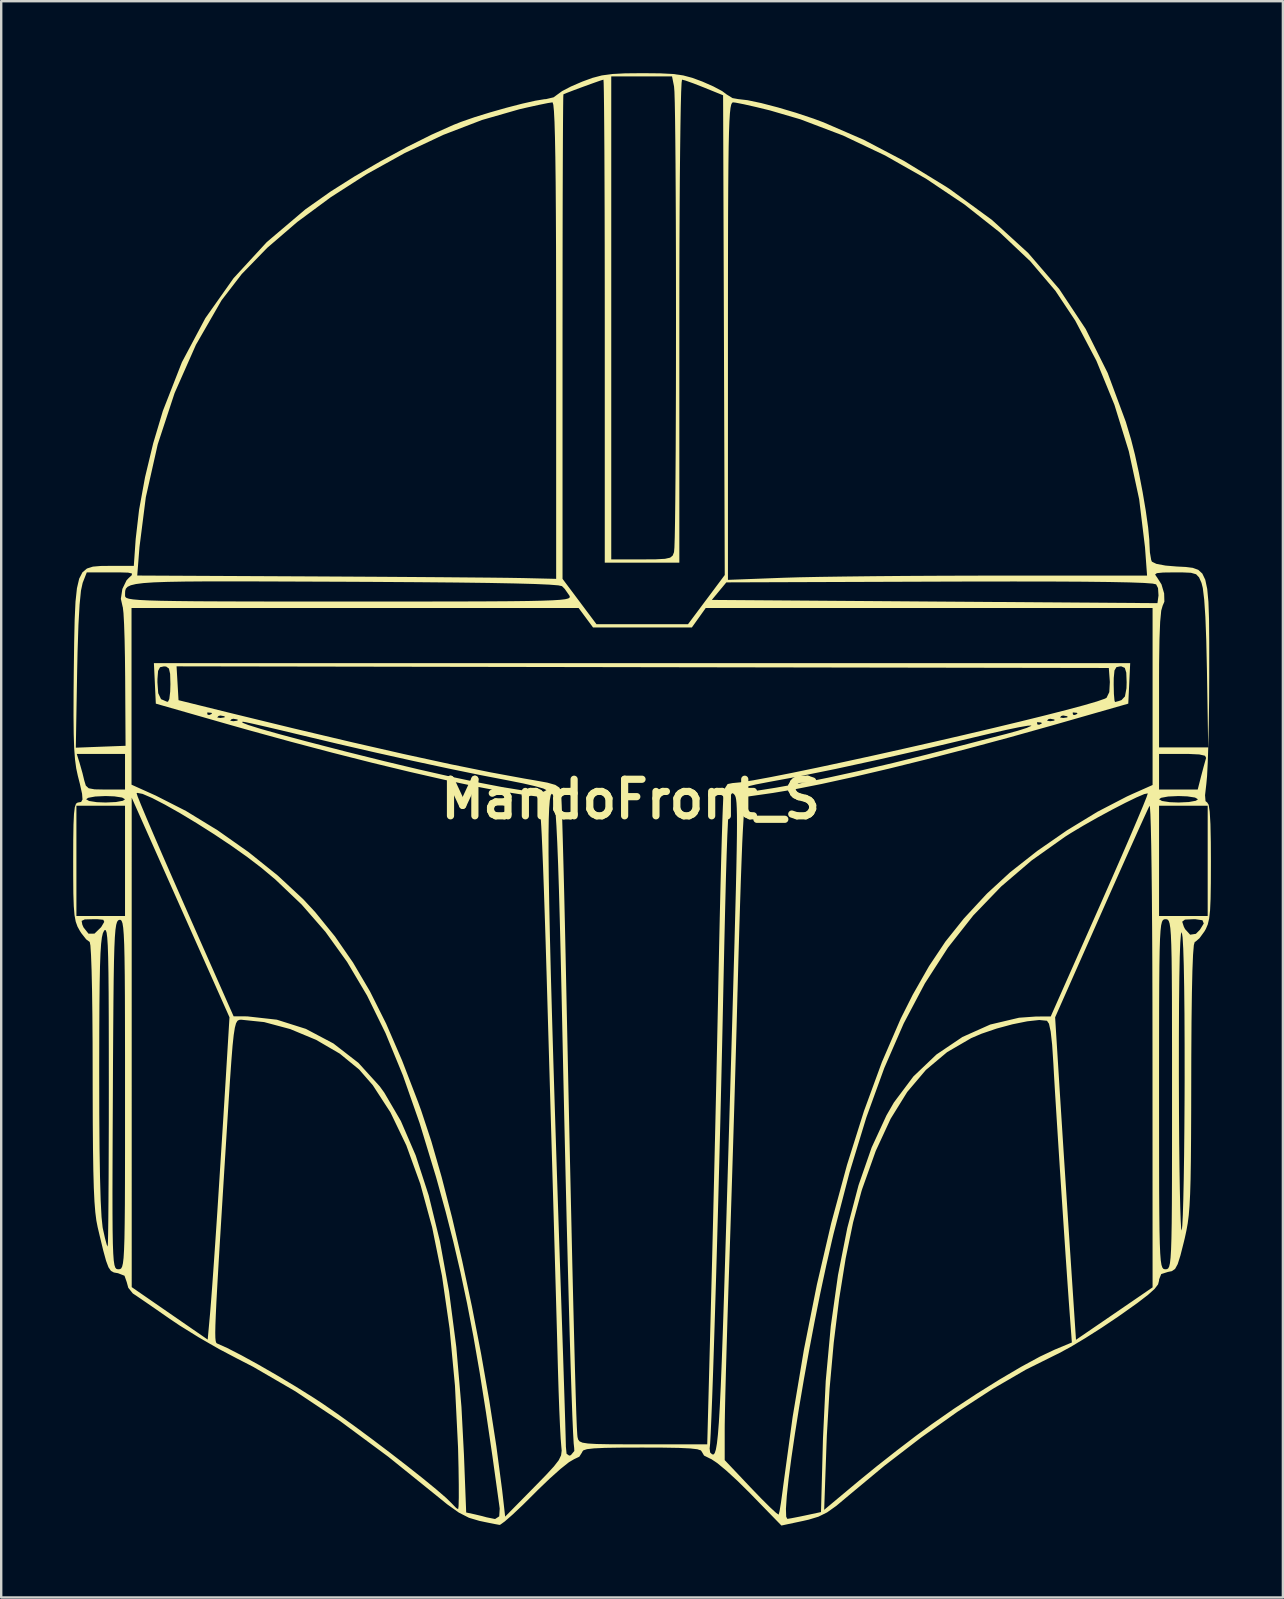
<source format=kicad_pcb>
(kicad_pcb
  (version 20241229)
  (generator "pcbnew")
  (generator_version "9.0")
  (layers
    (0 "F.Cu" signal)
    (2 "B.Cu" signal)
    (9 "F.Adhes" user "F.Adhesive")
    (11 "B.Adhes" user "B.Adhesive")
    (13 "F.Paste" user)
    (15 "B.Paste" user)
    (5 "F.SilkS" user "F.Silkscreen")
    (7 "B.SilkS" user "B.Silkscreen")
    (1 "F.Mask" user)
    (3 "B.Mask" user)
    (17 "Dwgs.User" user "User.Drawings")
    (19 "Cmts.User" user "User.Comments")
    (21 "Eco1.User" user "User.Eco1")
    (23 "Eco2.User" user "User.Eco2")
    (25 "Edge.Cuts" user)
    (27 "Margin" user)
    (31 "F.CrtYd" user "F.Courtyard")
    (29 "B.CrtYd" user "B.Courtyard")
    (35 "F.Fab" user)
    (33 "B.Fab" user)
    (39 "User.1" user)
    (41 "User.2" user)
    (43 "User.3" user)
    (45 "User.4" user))
  (footprint "MandoFront_S"
    (layer "F.Cu")
    (at 23.238 30.264)
    (property "Reference" "MandoFront_S" (at 0 0 0) (layer "F.SilkS") (effects (font (size 1.524 1.524) (thickness 0.3))))
    (attr board_only exclude_from_pos_files exclude_from_bom)
    (fp_poly (pts (xy 1.227 -30.257) (xy 1.765 -30.23) (xy 2.186 -30.171) (xy 2.566 -30.07) (xy 2.98 -29.917) (xy 2.983 -29.916) (xy 3.443 -29.713) (xy 3.81 -29.518) (xy 4.001 -29.376) (xy 4.245 -29.225) (xy 4.482 -29.183) (xy 4.871 -29.138) (xy 5.445 -29.017) (xy 6.139 -28.836) (xy 6.885 -28.615) (xy 7.617 -28.371) (xy 8.039 -28.214) (xy 9.714 -27.488) (xy 11.395 -26.605) (xy 13.148 -25.531) (xy 13.308 -25.426) (xy 15.053 -24.151) (xy 16.566 -22.771) (xy 17.864 -21.263) (xy 18.963 -19.603) (xy 19.881 -17.767) (xy 20.636 -15.733) (xy 20.856 -14.997) (xy 21.018 -14.361) (xy 21.183 -13.605) (xy 21.338 -12.799) (xy 21.47 -12.017) (xy 21.567 -11.331) (xy 21.616 -10.812) (xy 21.619 -10.7) (xy 21.641 -10.287) (xy 21.694 -9.978) (xy 21.724 -9.903) (xy 21.909 -9.812) (xy 22.295 -9.74) (xy 22.768 -9.701) (xy 23.133 -9.683) (xy 23.426 -9.646) (xy 23.654 -9.564) (xy 23.825 -9.408) (xy 23.948 -9.151) (xy 24.03 -8.766) (xy 24.08 -8.226) (xy 24.105 -7.503) (xy 24.113 -6.569) (xy 24.113 -5.399) (xy 24.113 -5.134) (xy 24.108 -4.113) (xy 24.095 -3.14) (xy 24.076 -2.261) (xy 24.051 -1.52) (xy 24.023 -0.962) (xy 23.993 -0.642) (xy 23.939 -0.169) (xy 23.959 0.078) (xy 24.03 0.135) (xy 24.09 0.23) (xy 24.134 0.526) (xy 24.164 1.041) (xy 24.18 1.793) (xy 24.184 2.601) (xy 24.181 3.49) (xy 24.17 4.153) (xy 24.148 4.632) (xy 24.11 4.972) (xy 24.053 5.216) (xy 23.971 5.408) (xy 23.915 5.506) (xy 23.709 5.79) (xy 23.537 5.938) (xy 23.51 5.945) (xy 23.472 6.079) (xy 23.439 6.481) (xy 23.412 7.148) (xy 23.391 8.077) (xy 23.375 9.265) (xy 23.366 10.71) (xy 23.364 11.585) (xy 23.361 12.98) (xy 23.356 14.134) (xy 23.348 15.078) (xy 23.336 15.841) (xy 23.317 16.453) (xy 23.292 16.943) (xy 23.259 17.342) (xy 23.216 17.679) (xy 23.161 17.985) (xy 23.095 18.288) (xy 23.058 18.442) (xy 22.913 19.015) (xy 22.799 19.376) (xy 22.689 19.576) (xy 22.556 19.668) (xy 22.392 19.701) (xy 22.112 19.79) (xy 22.024 20.013) (xy 22.022 20.063) (xy 21.981 20.219) (xy 21.836 20.409) (xy 21.558 20.659) (xy 21.119 20.996) (xy 20.488 21.445) (xy 20.3 21.576) (xy 19.623 22.031) (xy 18.945 22.462) (xy 18.331 22.829) (xy 17.847 23.092) (xy 17.722 23.152) (xy 16.471 23.774) (xy 15.09 24.576) (xy 13.621 25.529) (xy 12.104 26.604) (xy 10.582 27.774) (xy 9.096 29.01) (xy 9.075 29.028) (xy 8.574 29.448) (xy 8.185 29.724) (xy 7.826 29.902) (xy 7.417 30.026) (xy 7.184 30.079) (xy 6.282 30.271) (xy 4.966 28.919) (xy 4.461 28.419) (xy 3.994 27.989) (xy 3.609 27.669) (xy 3.352 27.498) (xy 3.311 27.482) (xy 3.057 27.355) (xy 2.972 27.209) (xy 2.928 27.141) (xy 2.775 27.091) (xy 2.479 27.057) (xy 2.454 27.056) (xy 3.289 27.056) (xy 3.312 27.228) (xy 3.394 27.303) (xy 3.451 27.311) (xy 3.503 27.251) (xy 3.55 27.103) (xy 3.594 26.852) (xy 3.635 26.48) (xy 3.675 25.97) (xy 3.714 25.305) (xy 3.754 24.467) (xy 3.795 23.44) (xy 3.839 22.206) (xy 3.887 20.749) (xy 3.94 19.05) (xy 3.981 17.699) (xy 4.057 15.153) (xy 4.125 12.864) (xy 4.186 10.818) (xy 4.239 9) (xy 4.285 7.397) (xy 4.325 5.995) (xy 4.357 4.78) (xy 4.384 3.74) (xy 4.404 2.858) (xy 4.418 2.124) (xy 4.427 1.521) (xy 4.43 1.037) (xy 4.428 0.657) (xy 4.421 0.368) (xy 4.41 0.157) (xy 4.394 0.009) (xy 4.374 -0.09) (xy 4.349 -0.153) (xy 4.321 -0.194) (xy 4.29 -0.227) (xy 4.289 -0.227) (xy 4.239 -0.255) (xy 4.195 -0.22) (xy 4.155 -0.105) (xy 4.119 0.109) (xy 4.087 0.439) (xy 4.056 0.903) (xy 4.027 1.519) (xy 3.999 2.306) (xy 3.969 3.279) (xy 3.939 4.459) (xy 3.906 5.862) (xy 3.87 7.506) (xy 3.846 8.647) (xy 3.811 10.235) (xy 3.773 11.869) (xy 3.733 13.525) (xy 3.69 15.182) (xy 3.647 16.817) (xy 3.603 18.407) (xy 3.559 19.931) (xy 3.515 21.366) (xy 3.473 22.69) (xy 3.434 23.881) (xy 3.397 24.915) (xy 3.363 25.772) (xy 3.334 26.428) (xy 3.31 26.862) (xy 3.291 27.05) (xy 3.289 27.056) (xy 2.454 27.056) (xy 2.009 27.035) (xy 1.331 27.024) (xy 0.473 27.021) (xy -0.421 27.024) (xy -1.079 27.034) (xy -1.534 27.055) (xy -1.821 27.088) (xy -1.973 27.137) (xy -2.025 27.205) (xy -2.027 27.221) (xy -2.142 27.402) (xy -2.356 27.504) (xy -2.569 27.628) (xy -2.923 27.91) (xy -3.372 28.311) (xy -3.873 28.792) (xy -4.005 28.925) (xy -4.492 29.409) (xy -4.919 29.812) (xy -5.248 30.1) (xy -5.44 30.238) (xy -5.465 30.245) (xy -5.67 30.208) (xy -6.04 30.133) (xy -6.311 30.076) (xy -6.741 29.948) (xy -7.163 29.732) (xy -7.651 29.385) (xy -8 29.101) (xy -10.107 27.402) (xy -12.103 25.925) (xy -13.983 24.674) (xy -15.739 23.654) (xy -16.404 23.312) (xy -17.164 22.912) (xy -18.002 22.429) (xy -18.793 21.938) (xy -19.213 21.656) (xy -19.75 21.282) (xy -20.223 20.956) (xy -20.577 20.714) (xy -20.753 20.597) (xy -20.942 20.36) (xy -21.006 20.124) (xy -21.099 19.859) (xy -21.374 19.752) (xy -21.388 19.751) (xy -21.544 19.723) (xy -21.664 19.656) (xy -21.766 19.508) (xy -21.867 19.238) (xy -21.986 18.803) (xy -22.14 18.164) (xy -22.218 17.834) (xy -22.272 17.557) (xy -22.316 17.209) (xy -22.351 16.765) (xy -22.378 16.198) (xy -22.398 15.481) (xy -22.412 14.586) (xy -22.421 13.487) (xy -22.425 12.158) (xy -22.426 11.45) (xy -22.426 11.428) (xy -22.153 11.428) (xy -22.15 13.119) (xy -22.139 14.568) (xy -22.119 15.768) (xy -22.092 16.716) (xy -22.056 17.406) (xy -22.012 17.831) (xy -22.004 17.879) (xy -21.913 18.29) (xy -21.838 18.568) (xy -21.801 18.645) (xy -21.791 18.514) (xy -21.782 18.138) (xy -21.774 17.544) (xy -21.767 16.757) (xy -21.765 16.357) (xy -21.6 16.357) (xy -21.599 17.258) (xy -21.594 17.973) (xy -21.584 18.525) (xy -21.568 18.935) (xy -21.547 19.223) (xy -21.518 19.412) (xy -21.482 19.521) (xy -21.437 19.573) (xy -21.383 19.589) (xy -21.348 19.59) (xy -21.289 19.585) (xy -21.239 19.556) (xy -21.198 19.481) (xy -21.164 19.34) (xy -21.137 19.111) (xy -21.117 18.773) (xy -21.101 18.304) (xy -21.091 17.684) (xy -21.083 16.891) (xy -21.079 15.905) (xy -21.077 14.703) (xy -21.077 13.265) (xy -21.077 12.285) (xy -21.077 10.693) (xy -21.079 9.35) (xy -21.082 8.236) (xy -21.088 7.328) (xy -21.098 6.608) (xy -21.111 6.053) (xy -21.13 5.642) (xy -21.153 5.355) (xy -21.182 5.171) (xy -21.219 5.068) (xy -21.262 5.027) (xy -21.313 5.025) (xy -21.365 5.048) (xy -21.409 5.111) (xy -21.445 5.235) (xy -21.476 5.441) (xy -21.501 5.751) (xy -21.521 6.185) (xy -21.537 6.766) (xy -21.55 7.513) (xy -21.56 8.449) (xy -21.569 9.594) (xy -21.578 10.971) (xy -21.584 12.33) (xy -21.592 13.914) (xy -21.597 15.249) (xy -21.6 16.357) (xy -21.765 16.357) (xy -21.761 15.802) (xy -21.757 14.705) (xy -21.753 13.491) (xy -21.752 12.188) (xy -21.752 11.931) (xy -21.753 10.404) (xy -21.755 9.126) (xy -21.76 8.078) (xy -21.768 7.238) (xy -21.78 6.588) (xy -21.796 6.105) (xy -21.818 5.77) (xy -21.844 5.562) (xy -21.877 5.462) (xy -21.917 5.448) (xy -21.95 5.48) (xy -22 5.581) (xy -22.041 5.756) (xy -22.074 6.03) (xy -22.1 6.426) (xy -22.12 6.967) (xy -22.134 7.678) (xy -22.144 8.582) (xy -22.15 9.703) (xy -22.153 11.065) (xy -22.153 11.428) (xy -22.426 11.428) (xy -22.429 10.134) (xy -22.438 8.959) (xy -22.452 7.946) (xy -22.471 7.117) (xy -22.494 6.494) (xy -22.52 6.096) (xy -22.549 5.945) (xy -22.552 5.945) (xy -22.695 5.84) (xy -22.899 5.58) (xy -22.957 5.49) (xy -23.058 5.307) (xy -23.131 5.103) (xy -23.138 5.068) (xy -22.886 5.068) (xy -22.857 5.226) (xy -22.806 5.342) (xy -22.6 5.602) (xy -22.35 5.6) (xy -22.08 5.338) (xy -22.056 5.303) (xy -21.943 5.11) (xy -21.982 5.023) (xy -22.22 5) (xy -22.408 4.999) (xy -22.755 5.008) (xy -22.886 5.068) (xy -23.138 5.068) (xy -23.176 4.864) (xy -23.103 4.864) (xy -21.077 4.864) (xy -21.077 0.27) (xy -23.103 0.27) (xy -23.103 4.864) (xy -23.176 4.864) (xy -23.182 4.835) (xy -23.213 4.459) (xy -23.231 3.93) (xy -23.237 3.204) (xy -23.238 2.585) (xy -23.235 1.702) (xy -23.225 1.056) (xy -23.204 0.61) (xy -23.17 0.331) (xy -23.12 0.185) (xy -23.051 0.136) (xy -23.036 0.135) (xy -22.906 0.112) (xy -22.849 0.007) (xy -22.85 0) (xy -22.698 0) (xy -22.575 0.072) (xy -22.253 0.121) (xy -21.887 0.135) (xy -21.455 0.115) (xy -21.163 0.061) (xy -21.077 0) (xy -21.192 -0.068) (xy -20.799 -0.068) (xy -20.798 20.334) (xy -19.215 21.427) (xy -17.631 22.521) (xy -17.605 22.231) (xy -17.316 22.231) (xy -17.312 22.439) (xy -17.3 22.569) (xy -17.281 22.641) (xy -17.254 22.675) (xy -17.235 22.685) (xy -16.817 22.871) (xy -16.227 23.174) (xy -15.519 23.563) (xy -14.748 24.007) (xy -13.967 24.474) (xy -13.232 24.934) (xy -12.835 25.194) (xy -12.237 25.606) (xy -11.549 26.1) (xy -10.81 26.646) (xy -10.058 27.215) (xy -9.332 27.776) (xy -8.67 28.3) (xy -8.111 28.758) (xy -7.693 29.119) (xy -7.454 29.354) (xy -7.448 29.361) (xy -7.271 29.543) (xy -7.192 29.588) (xy -7.174 29.46) (xy -7.165 29.103) (xy -7.166 28.558) (xy -7.176 27.867) (xy -7.195 27.071) (xy -7.198 26.988) (xy -7.325 24.444) (xy -7.549 22.064) (xy -7.867 19.86) (xy -8.276 17.844) (xy -8.772 16.029) (xy -9.352 14.428) (xy -10.013 13.053) (xy -10.751 11.917) (xy -11.32 11.263) (xy -12.127 10.602) (xy -13.112 10.028) (xy -14.19 9.579) (xy -15.28 9.287) (xy -16.24 9.188) (xy -16.323 9.196) (xy -16.392 9.236) (xy -16.45 9.337) (xy -16.5 9.525) (xy -16.547 9.827) (xy -16.594 10.269) (xy -16.643 10.879) (xy -16.7 11.684) (xy -16.766 12.709) (xy -16.829 13.713) (xy -16.94 15.482) (xy -17.034 17) (xy -17.113 18.287) (xy -17.178 19.362) (xy -17.229 20.244) (xy -17.268 20.953) (xy -17.294 21.508) (xy -17.31 21.927) (xy -17.316 22.231) (xy -17.605 22.231) (xy -17.532 21.427) (xy -17.495 20.972) (xy -17.444 20.303) (xy -17.385 19.475) (xy -17.32 18.543) (xy -17.254 17.562) (xy -17.223 17.091) (xy -17.153 15.996) (xy -17.078 14.819) (xy -17.003 13.645) (xy -16.935 12.555) (xy -16.878 11.634) (xy -16.868 11.467) (xy -16.723 9.087) (xy -20.799 -0.068) (xy -21.192 -0.068) (xy -21.2 -0.072) (xy -21.521 -0.121) (xy -21.887 -0.135) (xy -22.319 -0.115) (xy -22.612 -0.061) (xy -22.698 0) (xy -22.85 0) (xy -22.867 -0.228) (xy -22.873 -0.254) (xy -20.595 -0.254) (xy -20.553 -0.123) (xy -20.413 0.227) (xy -20.186 0.769) (xy -19.884 1.476) (xy -19.519 2.32) (xy -19.102 3.274) (xy -18.646 4.31) (xy -18.597 4.422) (xy -16.551 9.046) (xy -15.983 9.049) (xy -14.749 9.187) (xy -13.538 9.571) (xy -12.391 10.178) (xy -11.351 10.984) (xy -10.459 11.967) (xy -10.271 12.227) (xy -9.58 13.41) (xy -8.962 14.843) (xy -8.419 16.512) (xy -7.955 18.408) (xy -7.57 20.518) (xy -7.269 22.83) (xy -7.054 25.333) (xy -6.95 27.327) (xy -6.857 29.727) (xy -6.502 29.804) (xy -6.186 29.879) (xy -6.012 29.927) (xy -5.653 30) (xy -5.48 29.888) (xy -5.46 29.566) (xy -5.47 29.487) (xy -5.76 27.406) (xy -6.032 25.557) (xy -6.294 23.9) (xy -6.555 22.398) (xy -6.82 21.014) (xy -7.097 19.709) (xy -7.393 18.444) (xy -7.716 17.183) (xy -8.074 15.887) (xy -8.118 15.731) (xy -8.797 13.501) (xy -9.493 11.515) (xy -10.219 9.75) (xy -10.99 8.18) (xy -11.821 6.78) (xy -12.725 5.524) (xy -13.717 4.387) (xy -14.81 3.346) (xy -15.392 2.858) (xy -15.974 2.413) (xy -16.64 1.941) (xy -17.354 1.464) (xy -18.079 1.004) (xy -18.777 0.583) (xy -19.412 0.224) (xy -19.947 -0.053) (xy -20.344 -0.224) (xy -20.569 -0.267) (xy -20.595 -0.254) (xy -22.873 -0.254) (xy -22.959 -0.644) (xy -23.044 -0.977) (xy -23.111 -1.288) (xy -23.161 -1.657) (xy -23.179 -1.891) (xy -23.089 -1.891) (xy -22.972 -1.52) (xy -22.85 -1.09) (xy -22.774 -0.777) (xy -22.711 -0.57) (xy -22.592 -0.459) (xy -22.346 -0.414) (xy -21.903 -0.405) (xy -21.885 -0.405) (xy -21.077 -0.405) (xy -21.077 -1.891) (xy -23.089 -1.891) (xy -23.179 -1.891) (xy -23.196 -2.121) (xy -23.197 -2.15) (xy -23.128 -2.15) (xy -22.091 -2.19) (xy -21.055 -2.229) (xy -21.071 -5.054) (xy -21.08 -5.906) (xy -21.095 -6.668) (xy -21.116 -7.3) (xy -21.141 -7.757) (xy -21.165 -7.971) (xy -20.806 -7.971) (xy -20.806 -4.29) (xy -20.806 -0.608) (xy -19.795 -0.153) (xy -18.533 0.489) (xy -17.219 1.292) (xy -15.923 2.205) (xy -14.711 3.178) (xy -13.653 4.162) (xy -13.148 4.705) (xy -12.325 5.719) (xy -11.573 6.807) (xy -10.869 8.004) (xy -10.195 9.35) (xy -9.531 10.882) (xy -8.855 12.637) (xy -8.734 12.97) (xy -8.312 14.246) (xy -7.88 15.746) (xy -7.447 17.427) (xy -7.023 19.243) (xy -6.616 21.15) (xy -6.237 23.103) (xy -5.895 25.057) (xy -5.599 26.968) (xy -5.359 28.79) (xy -5.323 29.103) (xy -5.233 29.9) (xy -4.031 28.679) (xy -3.535 28.171) (xy -3.201 27.808) (xy -2.999 27.547) (xy -2.901 27.342) (xy -2.877 27.148) (xy -2.896 26.935) (xy -2.919 26.641) (xy -2.947 26.128) (xy -2.977 25.446) (xy -3.006 24.645) (xy -3.032 23.777) (xy -3.036 23.644) (xy -3.051 23.084) (xy -3.066 22.507) (xy -3.083 21.893) (xy -3.102 21.223) (xy -3.123 20.478) (xy -3.147 19.639) (xy -3.174 18.685) (xy -3.205 17.597) (xy -3.241 16.357) (xy -3.282 14.944) (xy -3.329 13.339) (xy -3.382 11.523) (xy -3.442 9.476) (xy -3.509 7.18) (xy -3.512 7.093) (xy -3.547 5.925) (xy -3.584 4.789) (xy -3.62 3.725) (xy -3.655 2.777) (xy -3.687 1.986) (xy -3.71 1.47) (xy -3.425 1.47) (xy -3.425 2.258) (xy -3.415 3.219) (xy -3.396 4.362) (xy -3.368 5.698) (xy -3.33 7.235) (xy -3.281 8.984) (xy -3.223 10.956) (xy -3.154 13.158) (xy -3.075 15.603) (xy -2.985 18.299) (xy -2.897 20.873) (xy -2.855 22.102) (xy -2.816 23.26) (xy -2.782 24.316) (xy -2.752 25.24) (xy -2.728 26) (xy -2.712 26.567) (xy -2.703 26.909) (xy -2.702 26.982) (xy -2.673 27.278) (xy -2.565 27.357) (xy -2.495 27.339) (xy -2.35 27.164) (xy -2.356 27.039) (xy -2.377 26.846) (xy -2.402 26.397) (xy -2.432 25.709) (xy -2.465 24.797) (xy -2.502 23.676) (xy -2.542 22.361) (xy -2.583 20.868) (xy -2.627 19.212) (xy -2.673 17.409) (xy -2.719 15.473) (xy -2.766 13.42) (xy -2.814 11.265) (xy -2.834 10.336) (xy -2.877 8.327) (xy -2.917 6.574) (xy -2.955 5.061) (xy -2.991 3.773) (xy -3.026 2.696) (xy -3.061 1.813) (xy -3.096 1.11) (xy -3.131 0.572) (xy -3.169 0.185) (xy -3.208 -0.068) (xy -3.25 -0.201) (xy -3.294 -0.23) (xy -3.337 -0.156) (xy -3.372 0.041) (xy -3.398 0.371) (xy -3.416 0.844) (xy -3.425 1.47) (xy -3.71 1.47) (xy -3.714 1.395) (xy -3.728 1.131) (xy -3.806 -0.103) (xy -4.504 -0.193) (xy -5.376 -0.328) (xy -6.474 -0.537) (xy -7.762 -0.811) (xy -9.21 -1.142) (xy -10.783 -1.522) (xy -12.448 -1.944) (xy -14.173 -2.4) (xy -15.924 -2.881) (xy -16.821 -3.135) (xy -17.025 -3.193) (xy -16.187 -3.193) (xy -15.937 -3.094) (xy -15.427 -2.935) (xy -14.655 -2.717) (xy -13.621 -2.44) (xy -13.539 -2.418) (xy -11.853 -1.982) (xy -10.272 -1.588) (xy -8.815 -1.24) (xy -7.499 -0.942) (xy -6.34 -0.697) (xy -5.356 -0.508) (xy -4.564 -0.379) (xy -3.981 -0.314) (xy -3.625 -0.316) (xy -3.513 -0.382) (xy -3.638 -0.447) (xy -3.978 -0.544) (xy -4.484 -0.661) (xy -5.105 -0.785) (xy -5.168 -0.797) (xy -6.293 -1.014) (xy -7.62 -1.287) (xy -9.093 -1.604) (xy -10.651 -1.951) (xy -12.237 -2.317) (xy -13.793 -2.688) (xy -13.814 -2.693) (xy -14.56 -2.872) (xy -15.215 -3.026) (xy -15.733 -3.145) (xy -16.07 -3.217) (xy -16.178 -3.234) (xy -16.187 -3.193) (xy -17.025 -3.193) (xy -17.31 -3.275) (xy -16.695 -3.275) (xy -16.562 -3.253) (xy -16.387 -3.278) (xy -16.384 -3.324) (xy -16.565 -3.356) (xy -16.643 -3.335) (xy -16.695 -3.275) (xy -17.31 -3.275) (xy -17.782 -3.41) (xy -17.235 -3.41) (xy -17.102 -3.388) (xy -16.927 -3.413) (xy -16.925 -3.459) (xy -17.106 -3.492) (xy -17.184 -3.47) (xy -17.235 -3.41) (xy -17.782 -3.41) (xy -18.456 -3.603) (xy -17.654 -3.603) (xy -17.635 -3.523) (xy -17.564 -3.513) (xy -17.453 -3.562) (xy -17.474 -3.603) (xy -17.634 -3.619) (xy -17.654 -3.603) (xy -18.456 -3.603) (xy -19.793 -3.986) (xy -19.833 -4.83) (xy -19.835 -4.875) (xy -19.726 -4.875) (xy -19.693 -4.421) (xy -19.576 -4.173) (xy -19.341 -4.071) (xy -19.286 -4.064) (xy -19.231 -4.18) (xy -19.194 -4.49) (xy -19.185 -4.796) (xy -19.197 -5.226) (xy -19.248 -5.449) (xy -19.361 -5.531) (xy -19.455 -5.539) (xy -19.618 -5.503) (xy -19.699 -5.35) (xy -19.725 -5.013) (xy -19.726 -4.875) (xy -19.835 -4.875) (xy -19.867 -5.54) (xy -18.929 -5.54) (xy -18.847 -4.13) (xy -16.753 -3.612) (xy -14.077 -2.96) (xy -11.645 -2.384) (xy -9.459 -1.885) (xy -7.523 -1.464) (xy -5.839 -1.122) (xy -4.41 -0.859) (xy -4.015 -0.792) (xy -3.472 -0.693) (xy -3.143 -0.599) (xy -2.972 -0.486) (xy -2.908 -0.344) (xy -2.894 -0.158) (xy -2.875 0.272) (xy -2.853 0.917) (xy -2.829 1.752) (xy -2.802 2.75) (xy -2.773 3.882) (xy -2.744 5.123) (xy -2.715 6.445) (xy -2.71 6.688) (xy -2.646 9.726) (xy -2.587 12.499) (xy -2.532 15.009) (xy -2.481 17.262) (xy -2.436 19.26) (xy -2.394 21.009) (xy -2.356 22.512) (xy -2.323 23.773) (xy -2.293 24.796) (xy -2.268 25.586) (xy -2.246 26.146) (xy -2.227 26.481) (xy -2.217 26.582) (xy -2.19 26.686) (xy -2.132 26.763) (xy -2.008 26.817) (xy -1.782 26.852) (xy -1.417 26.873) (xy -0.878 26.883) (xy -0.129 26.886) (xy 0.517 26.886) (xy 3.19 26.886) (xy 3.352 20.773) (xy 3.39 19.316) (xy 3.431 17.653) (xy 3.474 15.847) (xy 3.518 13.963) (xy 3.561 12.065) (xy 3.601 10.216) (xy 3.637 8.48) (xy 3.655 7.566) (xy 3.684 6.187) (xy 3.713 4.875) (xy 3.742 3.657) (xy 3.77 2.562) (xy 3.797 1.616) (xy 3.821 0.847) (xy 3.843 0.284) (xy 3.86 -0.047) (xy 3.865 -0.101) (xy 3.916 -0.383) (xy 4.459 -0.383) (xy 4.472 -0.319) (xy 4.542 -0.286) (xy 4.714 -0.286) (xy 5.031 -0.324) (xy 5.54 -0.401) (xy 6.03 -0.479) (xy 7.035 -0.658) (xy 8.234 -0.901) (xy 9.562 -1.192) (xy 10.954 -1.518) (xy 12.347 -1.865) (xy 12.768 -1.974) (xy 13.549 -2.178) (xy 14.358 -2.388) (xy 15.097 -2.58) (xy 15.643 -2.721) (xy 16.139 -2.857) (xy 16.505 -2.974) (xy 16.688 -3.055) (xy 16.697 -3.074) (xy 16.55 -3.066) (xy 16.187 -3.003) (xy 15.656 -2.893) (xy 15.004 -2.745) (xy 14.632 -2.657) (xy 12.377 -2.121) (xy 10.338 -1.655) (xy 8.526 -1.261) (xy 6.953 -0.942) (xy 5.776 -0.725) (xy 5.219 -0.618) (xy 4.779 -0.513) (xy 4.512 -0.425) (xy 4.459 -0.383) (xy 3.916 -0.383) (xy 3.931 -0.467) (xy 4.041 -0.635) (xy 4.246 -0.676) (xy 4.254 -0.676) (xy 4.571 -0.706) (xy 5.11 -0.791) (xy 5.842 -0.926) (xy 6.736 -1.103) (xy 7.764 -1.316) (xy 8.895 -1.558) (xy 10.101 -1.821) (xy 11.352 -2.1) (xy 12.618 -2.388) (xy 13.87 -2.677) (xy 15.078 -2.962) (xy 16.058 -3.198) (xy 16.933 -3.198) (xy 16.952 -3.117) (xy 17.023 -3.107) (xy 17.135 -3.157) (xy 17.113 -3.198) (xy 16.953 -3.214) (xy 16.933 -3.198) (xy 16.058 -3.198) (xy 16.214 -3.235) (xy 16.375 -3.275) (xy 17.352 -3.275) (xy 17.485 -3.253) (xy 17.66 -3.278) (xy 17.662 -3.324) (xy 17.482 -3.356) (xy 17.403 -3.335) (xy 17.352 -3.275) (xy 16.375 -3.275) (xy 16.923 -3.41) (xy 17.893 -3.41) (xy 18.025 -3.388) (xy 18.201 -3.413) (xy 18.203 -3.459) (xy 18.022 -3.492) (xy 17.944 -3.47) (xy 17.893 -3.41) (xy 16.923 -3.41) (xy 17.246 -3.49) (xy 17.689 -3.603) (xy 18.42 -3.603) (xy 18.438 -3.523) (xy 18.51 -3.513) (xy 18.621 -3.562) (xy 18.6 -3.603) (xy 18.439 -3.619) (xy 18.42 -3.603) (xy 17.689 -3.603) (xy 18.147 -3.72) (xy 18.886 -3.918) (xy 19.435 -4.078) (xy 19.762 -4.192) (xy 19.834 -4.23) (xy 19.948 -4.467) (xy 19.966 -4.796) (xy 20.131 -4.796) (xy 20.14 -4.389) (xy 20.164 -4.119) (xy 20.187 -4.053) (xy 20.346 -4.095) (xy 20.458 -4.135) (xy 20.6 -4.286) (xy 20.664 -4.627) (xy 20.671 -4.878) (xy 20.656 -5.278) (xy 20.594 -5.476) (xy 20.455 -5.537) (xy 20.401 -5.539) (xy 20.245 -5.507) (xy 20.164 -5.368) (xy 20.134 -5.057) (xy 20.131 -4.796) (xy 19.966 -4.796) (xy 19.971 -4.884) (xy 19.969 -4.92) (xy 19.928 -5.472) (xy -18.929 -5.54) (xy -19.867 -5.54) (xy -19.874 -5.674) (xy 0.473 -5.674) (xy 20.819 -5.674) (xy 20.779 -4.83) (xy 20.739 -3.986) (xy 17.572 -3.079) (xy 15.804 -2.583) (xy 14.057 -2.112) (xy 12.363 -1.673) (xy 10.758 -1.275) (xy 9.275 -0.927) (xy 7.948 -0.636) (xy 6.812 -0.411) (xy 5.924 -0.263) (xy 4.756 -0.096) (xy 4.673 1.337) (xy 4.65 1.801) (xy 4.623 2.495) (xy 4.591 3.379) (xy 4.557 4.411) (xy 4.522 5.552) (xy 4.487 6.76) (xy 4.454 7.996) (xy 4.452 8.039) (xy 4.415 9.438) (xy 4.369 11.034) (xy 4.319 12.752) (xy 4.265 14.52) (xy 4.21 16.263) (xy 4.157 17.908) (xy 4.117 19.118) (xy 4.074 20.402) (xy 4.034 21.651) (xy 3.999 22.829) (xy 3.968 23.897) (xy 3.944 24.821) (xy 3.928 25.563) (xy 3.919 26.087) (xy 3.918 26.235) (xy 3.918 27.544) (xy 5.017 28.705) (xy 5.448 29.152) (xy 5.809 29.511) (xy 6.061 29.744) (xy 6.167 29.816) (xy 6.205 29.668) (xy 6.22 29.576) (xy 6.47 29.576) (xy 6.481 29.903) (xy 6.529 29.994) (xy 6.696 29.967) (xy 7.035 29.901) (xy 7.269 29.852) (xy 7.931 29.71) (xy 7.934 29.617) (xy 8.064 29.617) (xy 9.537 28.385) (xy 10.255 27.8) (xy 11.08 27.151) (xy 11.904 26.521) (xy 12.541 26.052) (xy 13.463 25.409) (xy 14.427 24.775) (xy 15.381 24.18) (xy 16.274 23.655) (xy 17.054 23.231) (xy 17.67 22.94) (xy 18.388 22.642) (xy 18.311 21.623) (xy 18.26 20.928) (xy 18.197 20.033) (xy 18.125 18.984) (xy 18.048 17.831) (xy 17.968 16.623) (xy 17.888 15.407) (xy 17.813 14.232) (xy 17.744 13.147) (xy 17.685 12.199) (xy 17.64 11.438) (xy 17.618 11.033) (xy 17.566 10.234) (xy 17.505 9.683) (xy 17.434 9.356) (xy 17.35 9.232) (xy 17.029 9.2) (xy 16.527 9.255) (xy 15.912 9.379) (xy 15.254 9.557) (xy 14.62 9.773) (xy 14.19 9.957) (xy 13.188 10.54) (xy 12.305 11.281) (xy 11.526 12.2) (xy 10.833 13.319) (xy 10.213 14.66) (xy 9.648 16.246) (xy 9.616 16.348) (xy 9.271 17.63) (xy 8.96 19.136) (xy 8.689 20.824) (xy 8.463 22.647) (xy 8.29 24.563) (xy 8.175 26.526) (xy 8.159 26.943) (xy 8.064 29.617) (xy 7.934 29.617) (xy 8.014 26.643) (xy 8.129 24.243) (xy 8.339 21.966) (xy 8.64 19.833) (xy 9.028 17.867) (xy 9.496 16.087) (xy 10.042 14.516) (xy 10.66 13.176) (xy 10.97 12.638) (xy 11.781 11.555) (xy 12.745 10.637) (xy 13.826 9.908) (xy 14.986 9.389) (xy 16.187 9.105) (xy 16.416 9.089) (xy 17.69 9.089) (xy 17.89 12.279) (xy 17.961 13.389) (xy 18.043 14.674) (xy 18.132 16.041) (xy 18.22 17.395) (xy 18.302 18.643) (xy 18.326 19) (xy 18.56 22.529) (xy 20.156 21.437) (xy 21.752 20.344) (xy 21.749 12.295) (xy 22.022 12.295) (xy 22.023 13.883) (xy 22.024 15.222) (xy 22.026 16.334) (xy 22.032 17.238) (xy 22.04 17.958) (xy 22.053 18.513) (xy 22.07 18.926) (xy 22.093 19.217) (xy 22.123 19.408) (xy 22.16 19.519) (xy 22.204 19.573) (xy 22.258 19.589) (xy 22.293 19.59) (xy 22.351 19.585) (xy 22.401 19.555) (xy 22.442 19.48) (xy 22.476 19.337) (xy 22.502 19.105) (xy 22.523 18.765) (xy 22.538 18.293) (xy 22.549 17.67) (xy 22.556 16.873) (xy 22.56 15.882) (xy 22.562 14.675) (xy 22.563 13.231) (xy 22.563 12.295) (xy 22.563 11.524) (xy 22.848 11.524) (xy 22.849 11.822) (xy 22.853 13.103) (xy 22.861 14.286) (xy 22.873 15.348) (xy 22.888 16.263) (xy 22.905 17.007) (xy 22.924 17.557) (xy 22.944 17.888) (xy 22.966 17.975) (xy 22.968 17.969) (xy 22.991 17.766) (xy 23.013 17.322) (xy 23.033 16.667) (xy 23.051 15.83) (xy 23.066 14.84) (xy 23.077 13.726) (xy 23.085 12.519) (xy 23.088 11.687) (xy 23.087 10.23) (xy 23.081 8.937) (xy 23.069 7.826) (xy 23.052 6.914) (xy 23.03 6.219) (xy 23.003 5.757) (xy 22.971 5.546) (xy 22.968 5.539) (xy 22.935 5.618) (xy 22.907 5.963) (xy 22.884 6.57) (xy 22.867 7.433) (xy 22.855 8.55) (xy 22.849 9.915) (xy 22.848 11.524) (xy 22.563 11.524) (xy 22.563 10.706) (xy 22.561 9.367) (xy 22.559 8.256) (xy 22.553 7.351) (xy 22.545 6.631) (xy 22.532 6.076) (xy 22.515 5.663) (xy 22.492 5.372) (xy 22.462 5.182) (xy 22.436 5.102) (xy 22.987 5.102) (xy 23.055 5.312) (xy 23.108 5.413) (xy 23.319 5.645) (xy 23.557 5.609) (xy 23.726 5.438) (xy 23.885 5.177) (xy 23.832 5.043) (xy 23.543 5) (xy 23.441 4.999) (xy 23.101 5.016) (xy 22.987 5.102) (xy 22.436 5.102) (xy 22.425 5.07) (xy 22.381 5.017) (xy 22.327 5) (xy 22.293 4.999) (xy 22.234 5.004) (xy 22.184 5.034) (xy 22.143 5.11) (xy 22.109 5.253) (xy 22.083 5.484) (xy 22.062 5.825) (xy 22.047 6.296) (xy 22.036 6.92) (xy 22.029 7.716) (xy 22.025 8.707) (xy 22.023 9.914) (xy 22.022 11.358) (xy 22.022 12.295) (xy 21.749 12.295) (xy 21.748 10.206) (xy 21.746 8.467) (xy 21.741 6.849) (xy 21.733 5.368) (xy 21.729 4.864) (xy 22.022 4.864) (xy 24.049 4.864) (xy 24.049 0.27) (xy 22.022 0.27) (xy 22.022 4.864) (xy 21.729 4.864) (xy 21.723 4.042) (xy 21.71 2.887) (xy 21.696 1.921) (xy 21.679 1.161) (xy 21.661 0.623) (xy 21.642 0.325) (xy 21.626 0.27) (xy 21.545 0.438) (xy 21.368 0.823) (xy 21.109 1.395) (xy 20.781 2.126) (xy 20.398 2.984) (xy 19.972 3.94) (xy 19.599 4.781) (xy 17.69 9.089) (xy 16.416 9.089) (xy 16.894 9.055) (xy 17.507 9.052) (xy 19.556 4.43) (xy 20.016 3.387) (xy 20.438 2.423) (xy 20.809 1.567) (xy 21.117 0.844) (xy 21.352 0.284) (xy 21.466 0) (xy 22.022 0) (xy 22.145 0.072) (xy 22.467 0.121) (xy 22.833 0.135) (xy 23.265 0.115) (xy 23.558 0.061) (xy 23.644 0) (xy 23.521 -0.072) (xy 23.199 -0.121) (xy 22.833 -0.135) (xy 22.401 -0.115) (xy 22.108 -0.061) (xy 22.022 0) (xy 21.466 0) (xy 21.501 -0.088) (xy 21.552 -0.243) (xy 21.552 -0.245) (xy 21.408 -0.217) (xy 21.079 -0.076) (xy 20.614 0.15) (xy 20.059 0.437) (xy 19.464 0.759) (xy 18.876 1.092) (xy 18.344 1.41) (xy 18.113 1.556) (xy 16.713 2.549) (xy 15.439 3.638) (xy 14.279 4.843) (xy 13.224 6.183) (xy 12.261 7.676) (xy 11.38 9.342) (xy 10.57 11.2) (xy 9.82 13.267) (xy 9.119 15.564) (xy 8.456 18.109) (xy 8.393 18.374) (xy 8.149 19.439) (xy 7.904 20.581) (xy 7.665 21.772) (xy 7.435 22.982) (xy 7.218 24.183) (xy 7.02 25.346) (xy 6.846 26.441) (xy 6.699 27.441) (xy 6.584 28.316) (xy 6.506 29.037) (xy 6.47 29.576) (xy 6.22 29.576) (xy 6.263 29.317) (xy 6.33 28.829) (xy 6.355 28.63) (xy 6.749 25.747) (xy 7.219 22.941) (xy 7.758 20.237) (xy 8.359 17.661) (xy 9.016 15.239) (xy 9.723 12.994) (xy 10.471 10.952) (xy 11.256 9.139) (xy 11.754 8.149) (xy 12.432 6.958) (xy 13.118 5.931) (xy 13.887 4.969) (xy 14.81 3.972) (xy 14.864 3.917) (xy 15.812 3.045) (xy 16.944 2.154) (xy 18.184 1.295) (xy 19.455 0.52) (xy 20.683 -0.117) (xy 20.923 -0.227) (xy 21.325 -0.405) (xy 22.022 -0.405) (xy 23.633 -0.405) (xy 23.78 -0.98) (xy 23.884 -1.373) (xy 23.966 -1.666) (xy 23.984 -1.723) (xy 23.938 -1.814) (xy 23.703 -1.868) (xy 23.244 -1.89) (xy 23.031 -1.891) (xy 22.022 -1.891) (xy 22.022 -0.405) (xy 21.325 -0.405) (xy 21.752 -0.595) (xy 21.752 -7.971) (xy 3.126 -7.971) (xy 2.549 -7.161) (xy -1.57 -7.161) (xy -1.87 -7.566) (xy -2.17 -7.971) (xy -20.806 -7.971) (xy -21.165 -7.971) (xy -21.168 -7.999) (xy -21.176 -8.022) (xy -21.251 -8.355) (xy -21.217 -8.576) (xy -21.075 -8.576) (xy -21.075 -8.478) (xy -21.063 -8.432) (xy -21.015 -8.392) (xy -20.913 -8.358) (xy -20.737 -8.33) (xy -20.469 -8.307) (xy -20.09 -8.288) (xy -19.582 -8.273) (xy -18.925 -8.262) (xy -18.102 -8.253) (xy -17.094 -8.248) (xy -15.881 -8.244) (xy -14.445 -8.242) (xy -12.768 -8.242) (xy -11.75 -8.241) (xy -9.936 -8.242) (xy -8.375 -8.243) (xy -7.047 -8.245) (xy -5.934 -8.249) (xy -5.017 -8.255) (xy -4.278 -8.264) (xy -3.699 -8.277) (xy -3.261 -8.293) (xy -2.945 -8.313) (xy -2.733 -8.338) (xy -2.607 -8.368) (xy -2.548 -8.404) (xy -2.538 -8.446) (xy -2.555 -8.489) (xy -2.752 -8.77) (xy -2.864 -8.883) (xy -3.017 -8.916) (xy -3.395 -8.946) (xy -4.004 -8.973) (xy -4.85 -8.996) (xy -5.939 -9.017) (xy -7.277 -9.034) (xy -8.87 -9.048) (xy -10.724 -9.06) (xy -11.934 -9.066) (xy -13.727 -9.073) (xy -15.27 -9.079) (xy -16.58 -9.082) (xy -17.676 -9.081) (xy -18.579 -9.074) (xy -19.305 -9.061) (xy -19.876 -9.041) (xy -20.308 -9.011) (xy -20.622 -8.971) (xy -20.836 -8.92) (xy -20.97 -8.856) (xy -21.042 -8.778) (xy -21.07 -8.685) (xy -21.075 -8.576) (xy -21.217 -8.576) (xy -21.188 -8.767) (xy -21.014 -9.126) (xy -20.957 -9.187) (xy -2.841 -9.187) (xy -1.426 -7.296) (xy 2.388 -7.296) (xy 3.144 -8.309) (xy 3.381 -8.309) (xy 12.668 -8.241) (xy 21.955 -8.174) (xy 21.999 -8.494) (xy 21.979 -8.802) (xy 21.9 -8.958) (xy 21.755 -8.99) (xy 21.386 -9.017) (xy 20.786 -9.039) (xy 19.95 -9.056) (xy 18.872 -9.068) (xy 17.545 -9.075) (xy 15.963 -9.077) (xy 14.121 -9.075) (xy 12.871 -9.071) (xy 3.986 -9.04) (xy 3.683 -8.674) (xy 3.381 -8.309) (xy 3.144 -8.309) (xy 3.154 -8.321) (xy 3.769 -9.145) (xy 4.053 -9.145) (xy 6.384 -9.233) (xy 7.014 -9.252) (xy 7.873 -9.269) (xy 8.921 -9.284) (xy 10.117 -9.298) (xy 11.421 -9.309) (xy 12.792 -9.316) (xy 14.189 -9.321) (xy 15.118 -9.322) (xy 21.522 -9.322) (xy 21.519 -9.368) (xy 21.857 -9.368) (xy 21.924 -9.267) (xy 21.934 -9.256) (xy 22.123 -8.958) (xy 22.234 -8.58) (xy 22.244 -8.236) (xy 22.171 -8.066) (xy 22.113 -7.865) (xy 22.068 -7.396) (xy 22.039 -6.658) (xy 22.024 -5.653) (xy 22.022 -5.039) (xy 22.022 -2.162) (xy 24.07 -2.162) (xy 24.018 -5.37) (xy 23.99 -6.613) (xy 23.953 -7.593) (xy 23.904 -8.322) (xy 23.845 -8.806) (xy 23.791 -9.018) (xy 23.69 -9.248) (xy 23.566 -9.379) (xy 23.352 -9.44) (xy 22.975 -9.457) (xy 22.675 -9.457) (xy 22.189 -9.451) (xy 21.931 -9.425) (xy 21.857 -9.368) (xy 21.519 -9.368) (xy 21.436 -10.505) (xy 21.193 -12.505) (xy 20.762 -14.501) (xy 20.162 -16.441) (xy 19.411 -18.276) (xy 18.527 -19.953) (xy 17.7 -21.195) (xy 16.651 -22.428) (xy 15.374 -23.635) (xy 13.913 -24.789) (xy 12.311 -25.864) (xy 10.609 -26.831) (xy 8.852 -27.665) (xy 7.081 -28.338) (xy 5.804 -28.712) (xy 5.221 -28.854) (xy 4.723 -28.967) (xy 4.376 -29.035) (xy 4.265 -29.048) (xy 4.225 -29.028) (xy 4.19 -28.956) (xy 4.16 -28.815) (xy 4.135 -28.586) (xy 4.114 -28.252) (xy 4.097 -27.795) (xy 4.083 -27.197) (xy 4.073 -26.441) (xy 4.065 -25.509) (xy 4.059 -24.382) (xy 4.056 -23.044) (xy 4.054 -21.476) (xy 4.053 -19.661) (xy 4.053 -19.096) (xy 4.053 -9.145) (xy 3.769 -9.145) (xy 3.92 -9.347) (xy 3.851 -29.343) (xy 3.051 -29.668) (xy 2.619 -29.837) (xy 2.287 -29.955) (xy 2.139 -29.994) (xy 2.121 -29.862) (xy 2.103 -29.481) (xy 2.087 -28.872) (xy 2.073 -28.055) (xy 2.06 -27.053) (xy 2.048 -25.884) (xy 2.039 -24.571) (xy 2.032 -23.135) (xy 2.028 -21.596) (xy 2.027 -19.976) (xy 2.027 -19.928) (xy 2.027 -9.863) (xy -1.081 -9.863) (xy -1.081 -9.998) (xy -0.811 -9.998) (xy 0.457 -9.998) (xy 1.05 -10.002) (xy 1.428 -10.022) (xy 1.643 -10.07) (xy 1.751 -10.159) (xy 1.806 -10.301) (xy 1.806 -10.302) (xy 1.822 -10.493) (xy 1.836 -10.928) (xy 1.848 -11.579) (xy 1.858 -12.419) (xy 1.867 -13.422) (xy 1.875 -14.561) (xy 1.88 -15.809) (xy 1.885 -17.139) (xy 1.887 -18.524) (xy 1.888 -19.937) (xy 1.887 -21.351) (xy 1.885 -22.74) (xy 1.881 -24.077) (xy 1.875 -25.334) (xy 1.868 -26.485) (xy 1.859 -27.502) (xy 1.849 -28.36) (xy 1.837 -29.031) (xy 1.823 -29.488) (xy 1.807 -29.705) (xy 1.807 -29.707) (xy 1.723 -30.129) (xy -0.811 -30.129) (xy -0.811 -9.998) (xy -1.081 -9.998) (xy -1.081 -19.928) (xy -1.082 -21.551) (xy -1.084 -23.092) (xy -1.087 -24.532) (xy -1.092 -25.848) (xy -1.097 -27.021) (xy -1.104 -28.029) (xy -1.111 -28.851) (xy -1.119 -29.467) (xy -1.127 -29.854) (xy -1.136 -29.994) (xy -1.136 -29.994) (xy -1.276 -29.951) (xy -1.583 -29.843) (xy -1.974 -29.701) (xy -2.365 -29.556) (xy -2.67 -29.439) (xy -2.805 -29.382) (xy -2.811 -29.247) (xy -2.816 -28.862) (xy -2.821 -28.25) (xy -2.826 -27.43) (xy -2.83 -26.423) (xy -2.834 -25.252) (xy -2.837 -23.936) (xy -2.839 -22.498) (xy -2.84 -20.956) (xy -2.841 -19.334) (xy -2.841 -19.273) (xy -2.841 -9.187) (xy -20.957 -9.187) (xy -20.925 -9.221) (xy -20.812 -9.325) (xy -20.568 -9.325) (xy -13.223 -9.289) (xy -11.787 -9.281) (xy -10.392 -9.273) (xy -9.069 -9.264) (xy -7.849 -9.255) (xy -6.763 -9.246) (xy -5.841 -9.238) (xy -5.116 -9.23) (xy -4.617 -9.222) (xy -4.492 -9.22) (xy -3.107 -9.187) (xy -3.107 -19.118) (xy -3.109 -21.14) (xy -3.112 -22.903) (xy -3.119 -24.419) (xy -3.128 -25.698) (xy -3.141 -26.752) (xy -3.157 -27.593) (xy -3.176 -28.232) (xy -3.199 -28.679) (xy -3.225 -28.947) (xy -3.256 -29.047) (xy -3.26 -29.048) (xy -3.451 -29.019) (xy -3.838 -28.94) (xy -4.354 -28.826) (xy -4.644 -28.759) (xy -6.199 -28.312) (xy -7.802 -27.696) (xy -9.412 -26.938) (xy -10.992 -26.062) (xy -12.501 -25.094) (xy -13.9 -24.06) (xy -15.151 -22.983) (xy -16.212 -21.891) (xy -17.046 -20.807) (xy -17.06 -20.786) (xy -18.121 -18.943) (xy -19.011 -16.93) (xy -19.713 -14.795) (xy -20.21 -12.591) (xy -20.475 -10.506) (xy -20.568 -9.325) (xy -20.812 -9.325) (xy -20.795 -9.341) (xy -20.789 -9.411) (xy -20.946 -9.446) (xy -21.309 -9.457) (xy -21.656 -9.457) (xy -22.671 -9.457) (xy -22.843 -9.018) (xy -22.913 -8.696) (xy -22.971 -8.11) (xy -23.019 -7.261) (xy -23.055 -6.144) (xy -23.072 -5.365) (xy -23.128 -2.15) (xy -23.197 -2.15) (xy -23.216 -2.717) (xy -23.224 -3.483) (xy -23.221 -4.455) (xy -23.213 -5.32) (xy -23.197 -6.526) (xy -23.176 -7.489) (xy -23.141 -8.237) (xy -23.081 -8.796) (xy -22.988 -9.194) (xy -22.852 -9.459) (xy -22.664 -9.618) (xy -22.414 -9.697) (xy -22.093 -9.724) (xy -21.701 -9.728) (xy -20.711 -9.728) (xy -20.633 -10.842) (xy -20.492 -12.06) (xy -20.243 -13.423) (xy -19.903 -14.836) (xy -19.5 -16.187) (xy -18.706 -18.217) (xy -17.728 -20.055) (xy -16.553 -21.719) (xy -15.167 -23.225) (xy -13.556 -24.592) (xy -12.504 -25.334) (xy -11.507 -25.964) (xy -10.428 -26.592) (xy -9.337 -27.183) (xy -8.3 -27.701) (xy -7.386 -28.11) (xy -7.069 -28.235) (xy -6.51 -28.429) (xy -5.854 -28.632) (xy -5.168 -28.826) (xy -4.518 -28.994) (xy -3.972 -29.117) (xy -3.596 -29.179) (xy -3.528 -29.183) (xy -3.213 -29.258) (xy -3.055 -29.374) (xy -2.859 -29.517) (xy -2.488 -29.71) (xy -2.023 -29.911) (xy -2.016 -29.914) (xy -1.591 -30.069) (xy -1.204 -30.17) (xy -0.778 -30.229) (xy -0.235 -30.257) (xy 0.494 -30.264)) (stroke (width 0) (type solid)) (fill yes) (layer "F.SilkS")))
  (gr_rect
    (start -3 -3)
    (end 50.422 63.534)
    (stroke (width 0.1) (type default))
    (fill no)
    (layer "Edge.Cuts")))
</source>
